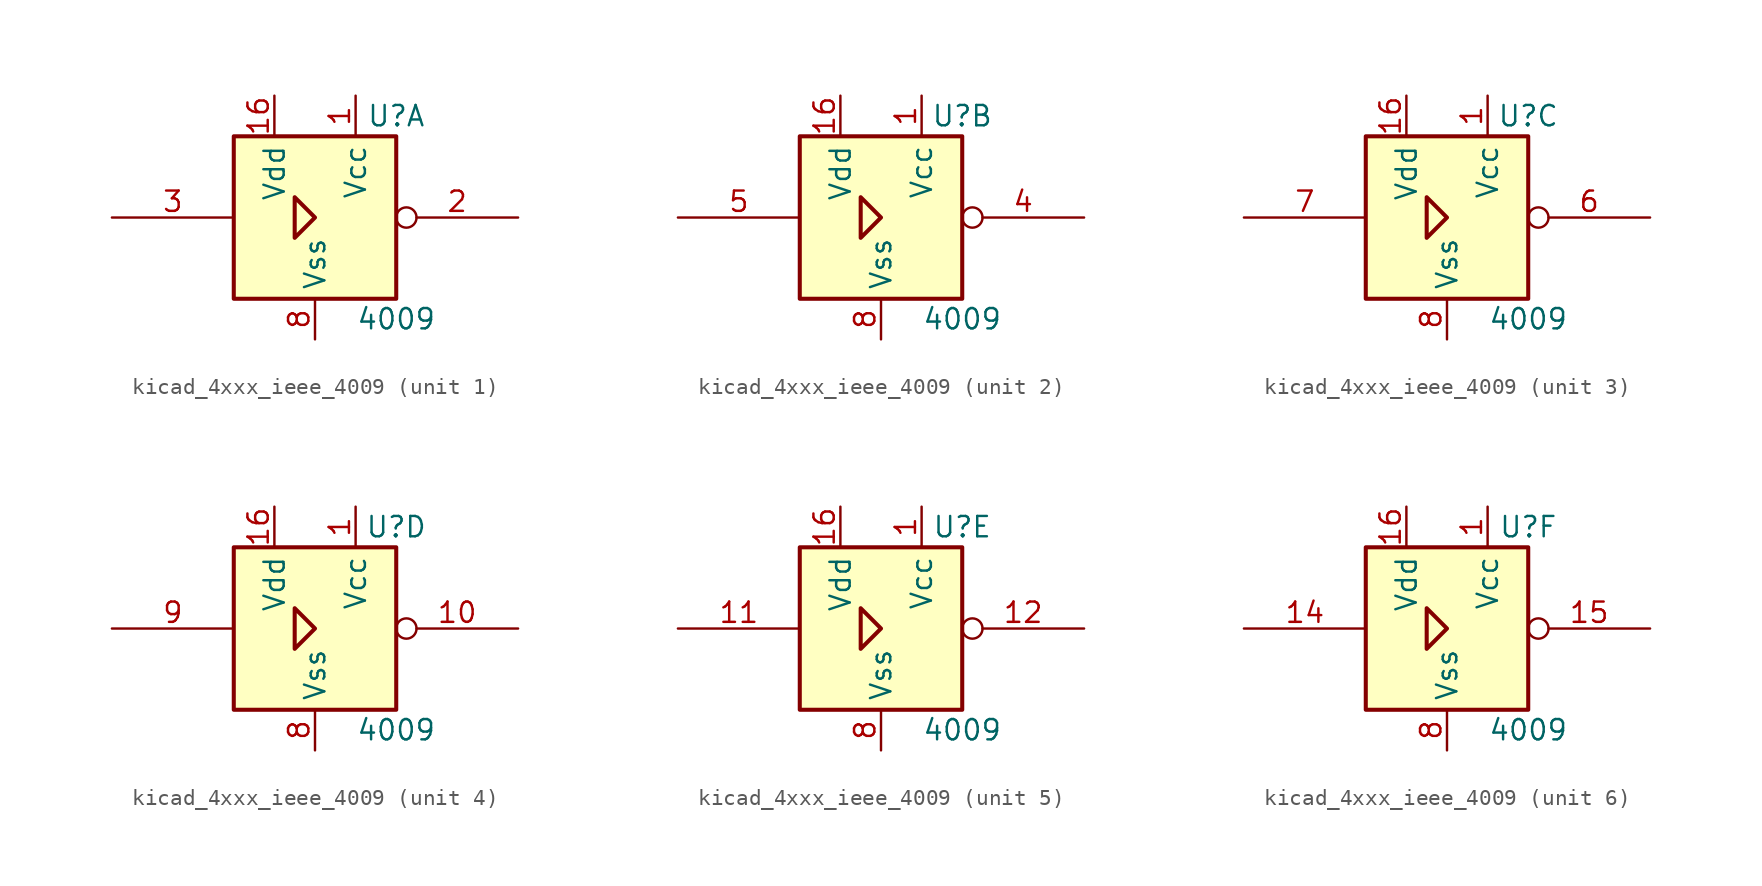
<source format=kicad_sym>
(kicad_symbol_lib
  (version 20220914)
  (generator kicad_symbol_editor)
  (symbol "kicad_4xxx_ieee_4009"
    (property "Reference" "U"
      (at 5.08 6.35 0)
      (effects (font (size 1.27 1.27))))
    (property "Value" "4009"
      (at 5.08 -6.35 0)
      (effects (font (size 1.27 1.27))))
    (symbol "kicad_4xxx_ieee_4009_0_0"
      (rectangle (start -5.08 5.08) (end 5.08 -5.08) (stroke (width 0.254) (type default)) (fill (type background)))
      (polyline (pts (xy -1.27 1.27) (xy -1.27 -1.27) (xy 0 0) (xy -1.27 1.27) (xy -1.27 1.27)) (stroke (width 0.254) (type default)) (fill (type background))))
    (symbol "kicad_4xxx_ieee_4009_0_1"
      (pin power_in line (at 2.54 7.62 270) (length 2.54) (name "Vcc" (effects (font (size 1.27 1.27)))) (number "1" (effects (font (size 1.27 1.27)))))
      (pin power_in line (at -2.54 7.62 270) (length 2.54) (name "Vdd" (effects (font (size 1.27 1.27)))) (number "16" (effects (font (size 1.27 1.27)))))
      (pin power_in line (at 0 -7.62 90) (length 2.54) (name "Vss" (effects (font (size 1.27 1.27)))) (number "8" (effects (font (size 1.27 1.27))))))
    (symbol "kicad_4xxx_ieee_4009_1_1"
      (pin output inverted (at 12.7 0 180) (length 7.62) (name "~" (effects (font (size 1.27 1.27)))) (number "2" (effects (font (size 1.27 1.27)))))
      (pin input line (at -12.7 0 0) (length 7.62) (name "~" (effects (font (size 1.27 1.27)))) (number "3" (effects (font (size 1.27 1.27))))))
    (symbol "kicad_4xxx_ieee_4009_2_1"
      (pin output inverted (at 12.7 0 180) (length 7.62) (name "~" (effects (font (size 1.27 1.27)))) (number "4" (effects (font (size 1.27 1.27)))))
      (pin input line (at -12.7 0 0) (length 7.62) (name "~" (effects (font (size 1.27 1.27)))) (number "5" (effects (font (size 1.27 1.27))))))
    (symbol "kicad_4xxx_ieee_4009_3_1"
      (pin output inverted (at 12.7 0 180) (length 7.62) (name "~" (effects (font (size 1.27 1.27)))) (number "6" (effects (font (size 1.27 1.27)))))
      (pin input line (at -12.7 0 0) (length 7.62) (name "~" (effects (font (size 1.27 1.27)))) (number "7" (effects (font (size 1.27 1.27))))))
    (symbol "kicad_4xxx_ieee_4009_4_1"
      (pin output inverted (at 12.7 0 180) (length 7.62) (name "~" (effects (font (size 1.27 1.27)))) (number "10" (effects (font (size 1.27 1.27)))))
      (pin input line (at -12.7 0 0) (length 7.62) (name "~" (effects (font (size 1.27 1.27)))) (number "9" (effects (font (size 1.27 1.27))))))
    (symbol "kicad_4xxx_ieee_4009_5_1"
      (pin input line (at -12.7 0 0) (length 7.62) (name "~" (effects (font (size 1.27 1.27)))) (number "11" (effects (font (size 1.27 1.27)))))
      (pin output inverted (at 12.7 0 180) (length 7.62) (name "~" (effects (font (size 1.27 1.27)))) (number "12" (effects (font (size 1.27 1.27))))))
    (symbol "kicad_4xxx_ieee_4009_6_1"
      (pin input line (at -12.7 0 0) (length 7.62) (name "~" (effects (font (size 1.27 1.27)))) (number "14" (effects (font (size 1.27 1.27)))))
      (pin output inverted (at 12.7 0 180) (length 7.62) (name "~" (effects (font (size 1.27 1.27)))) (number "15" (effects (font (size 1.27 1.27))))))))
</source>
